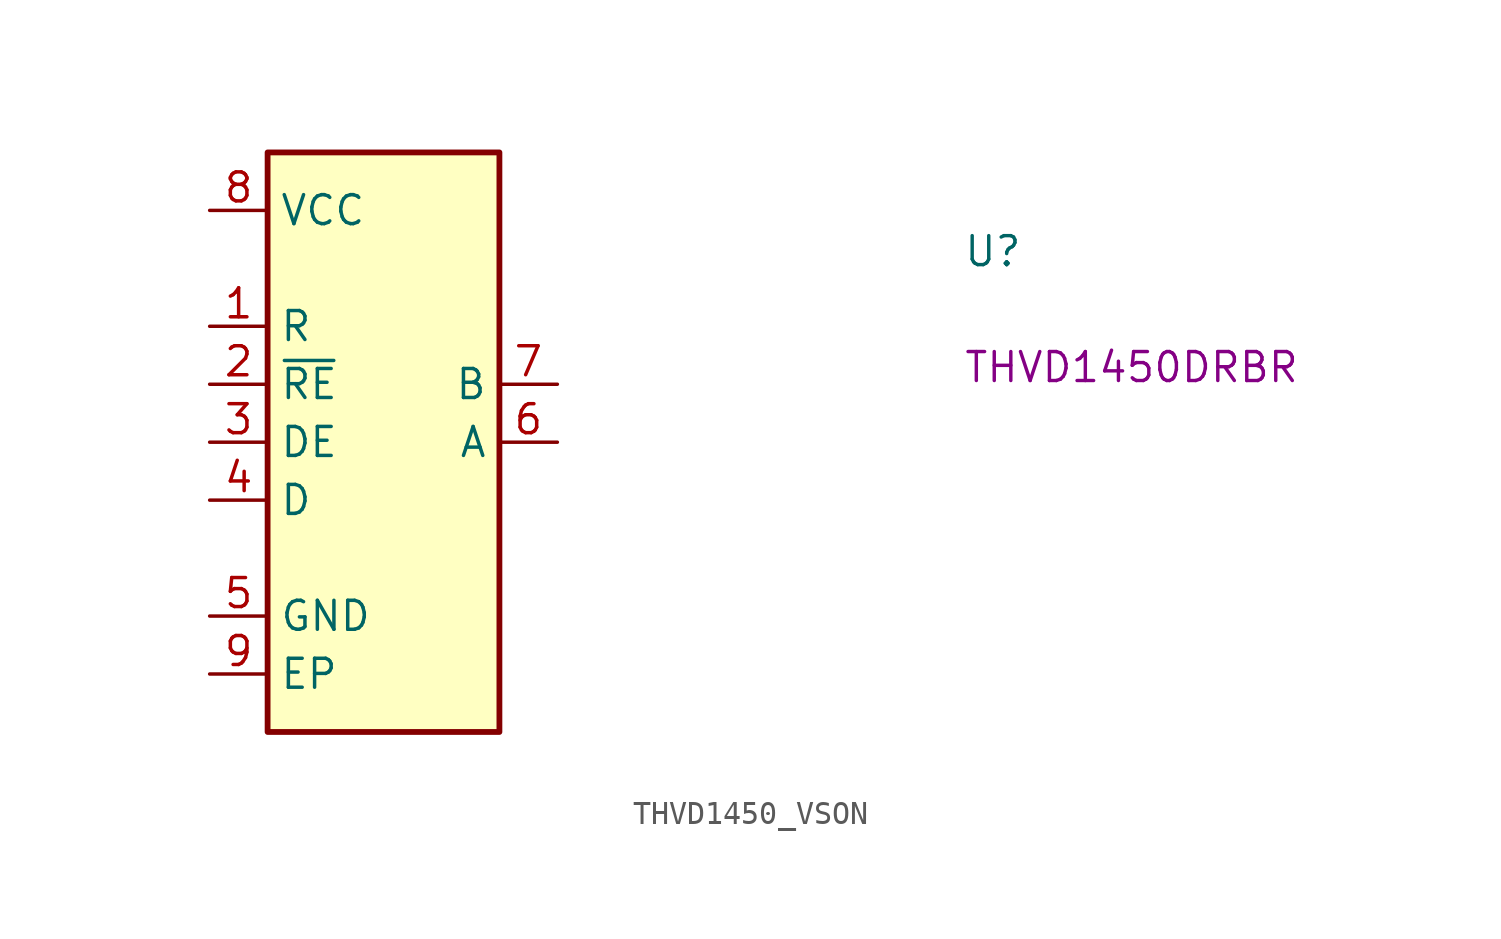
<source format=kicad_sym>
(kicad_symbol_lib
  (version 20220914)
  (generator kicad_symbol_editor)
  (symbol "THVD1450_VSON"
    (property "Reference" "U"
      (at 33.02 -2.54 0)
      (effects (font (size 1.27 1.27) (thickness 0.15)) (justify left bottom)))
    (property "MPN" "THVD1450DRBR"
      (at 33.02 -7.62 0)
      (effects (font (size 1.27 1.27) (thickness 0.15)) (justify left bottom)))
    (symbol "THVD1450_VSON_1_1"
      (rectangle (start 2.54 2.54) (end 12.7 -22.86) (stroke (width 0.254) (type default)) (fill (type background)))
      (pin passive line (at 0 -5.08 0) (length 2.54) (name "R" (effects (font (size 1.27 1.27)))) (number "1" (effects (font (size 1.27 1.27)))))
      (pin passive line (at 0 -7.62 0) (length 2.54) (name "~{RE}" (effects (font (size 1.27 1.27)))) (number "2" (effects (font (size 1.27 1.27)))))
      (pin passive line (at 0 -10.16 0) (length 2.54) (name "DE" (effects (font (size 1.27 1.27)))) (number "3" (effects (font (size 1.27 1.27)))))
      (pin passive line (at 0 -12.7 0) (length 2.54) (name "D" (effects (font (size 1.27 1.27)))) (number "4" (effects (font (size 1.27 1.27)))))
      (pin power_in line (at 0 -17.78 0) (length 2.54) (name "GND" (effects (font (size 1.27 1.27)))) (number "5" (effects (font (size 1.27 1.27)))))
      (pin passive line (at 15.24 -10.16 180) (length 2.54) (name "A" (effects (font (size 1.27 1.27)))) (number "6" (effects (font (size 1.27 1.27)))))
      (pin passive line (at 15.24 -7.62 180) (length 2.54) (name "B" (effects (font (size 1.27 1.27)))) (number "7" (effects (font (size 1.27 1.27)))))
      (pin power_in line (at 0 0 0) (length 2.54) (name "VCC" (effects (font (size 1.27 1.27)))) (number "8" (effects (font (size 1.27 1.27)))))
      (pin power_in line (at 0 -20.32 0) (length 2.54) (name "EP" (effects (font (size 1.27 1.27)))) (number "9" (effects (font (size 1.27 1.27))))))))
</source>
